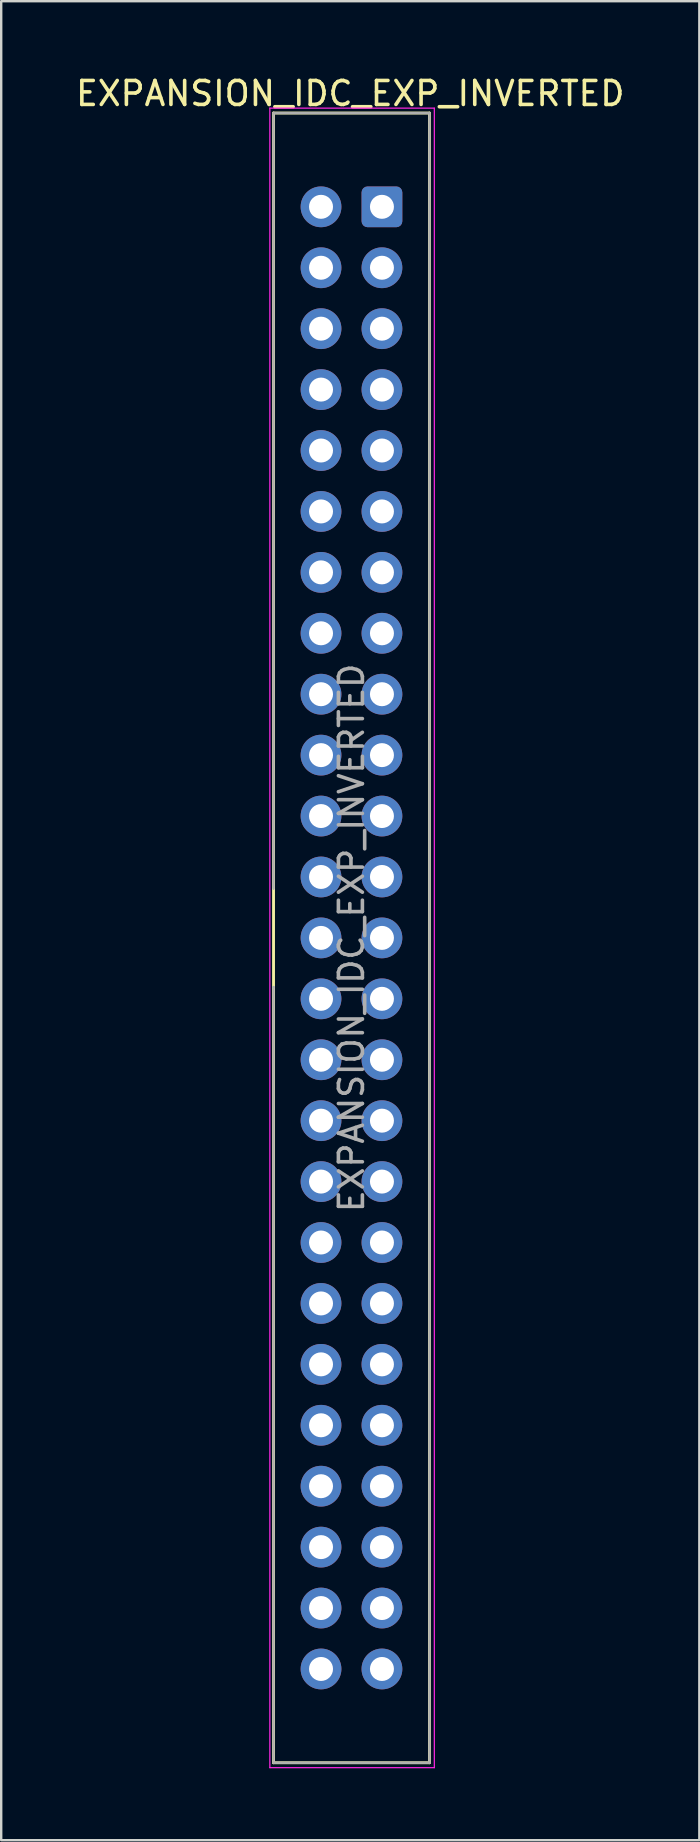
<source format=kicad_pcb>
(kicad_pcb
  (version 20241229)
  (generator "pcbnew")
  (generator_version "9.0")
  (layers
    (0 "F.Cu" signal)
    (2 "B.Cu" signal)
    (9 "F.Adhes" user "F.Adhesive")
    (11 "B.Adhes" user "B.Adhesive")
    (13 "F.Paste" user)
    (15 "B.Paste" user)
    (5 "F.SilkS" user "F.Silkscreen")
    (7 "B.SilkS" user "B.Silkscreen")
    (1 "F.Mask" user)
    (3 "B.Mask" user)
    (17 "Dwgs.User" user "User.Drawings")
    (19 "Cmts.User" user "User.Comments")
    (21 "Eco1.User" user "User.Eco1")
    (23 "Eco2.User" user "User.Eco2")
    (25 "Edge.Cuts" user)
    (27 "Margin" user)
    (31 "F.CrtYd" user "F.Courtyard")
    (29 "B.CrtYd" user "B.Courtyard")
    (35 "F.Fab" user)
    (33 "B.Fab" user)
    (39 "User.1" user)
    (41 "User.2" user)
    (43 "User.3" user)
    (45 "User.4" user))
  (footprint "EXPANSION_IDC_EXP_INVERTED"
    (layer "F.Cu")
    (at 10.334 5.573)
    (property "Reference" "EXPANSION_IDC_EXP_INVERTED" (at 1.219 -4.724 0) (layer "F.SilkS") (effects (font (size 1 1) (thickness 0.15))))
    (attr through_hole)
    (fp_line (start -1.98 -3.91) (end 4.52 -3.91) (stroke (width 0.12) (type solid)) (layer "F.SilkS"))
    (fp_line (start -1.98 28.43) (end -1.98 -3.91) (stroke (width 0.12) (type solid)) (layer "F.SilkS"))
    (fp_line (start -1.98 32.53) (end -1.98 28.43) (stroke (width 0.12) (type solid)) (layer "F.SilkS"))
    (fp_line (start -1.98 32.53) (end -1.98 32.53) (stroke (width 0.12) (type solid)) (layer "F.SilkS"))
    (fp_line (start -1.98 64.87) (end -1.98 32.53) (stroke (width 0.12) (type solid)) (layer "F.SilkS"))
    (fp_line (start 4.52 -3.91) (end 4.52 64.87) (stroke (width 0.12) (type solid)) (layer "F.SilkS"))
    (fp_line (start 4.52 64.87) (end -1.98 64.87) (stroke (width 0.12) (type solid)) (layer "F.SilkS"))
    (fp_line (start -2.134 -4.115) (end -2.134 65.075) (stroke (width 0.05) (type solid)) (layer "F.CrtYd"))
    (fp_line (start -2.134 65.075) (end 4.724 65.075) (stroke (width 0.05) (type solid)) (layer "F.CrtYd"))
    (fp_line (start 4.724 -4.115) (end -2.134 -4.115) (stroke (width 0.05) (type solid)) (layer "F.CrtYd"))
    (fp_line (start 4.724 65.075) (end 4.724 -4.115) (stroke (width 0.05) (type solid)) (layer "F.CrtYd"))
    (fp_line (start -1.98 -3.91) (end 4.52 -3.91) (stroke (width 0.1) (type solid)) (layer "F.Fab"))
    (fp_line (start -1.98 28.43) (end -1.98 -3.91) (stroke (width 0.1) (type solid)) (layer "F.Fab"))
    (fp_line (start -1.98 32.53) (end -1.98 32.53) (stroke (width 0.1) (type solid)) (layer "F.Fab"))
    (fp_line (start -1.98 64.87) (end -1.98 32.53) (stroke (width 0.1) (type solid)) (layer "F.Fab"))
    (fp_line (start 4.52 -3.91) (end 4.52 64.87) (stroke (width 0.1) (type solid)) (layer "F.Fab"))
    (fp_line (start 4.52 64.87) (end -1.98 64.87) (stroke (width 0.1) (type solid)) (layer "F.Fab"))
    (fp_text user "${REFERENCE}" (at 1.27 30.48 90) (layer "F.Fab") (effects (font (size 1 1) (thickness 0.15))))
    (pad "1" thru_hole roundrect (at 2.54 0) (size 1.7 1.7) (drill 1) (layers "*.Cu" "*.Mask") (roundrect_rratio 0.147))
    (pad "2" thru_hole circle (at 0 0) (size 1.7 1.7) (drill 1) (layers "*.Cu" "*.Mask"))
    (pad "3" thru_hole circle (at 2.54 2.54) (size 1.7 1.7) (drill 1) (layers "*.Cu" "*.Mask"))
    (pad "4" thru_hole circle (at 0 2.54) (size 1.7 1.7) (drill 1) (layers "*.Cu" "*.Mask"))
    (pad "5" thru_hole circle (at 2.54 5.08) (size 1.7 1.7) (drill 1) (layers "*.Cu" "*.Mask"))
    (pad "6" thru_hole circle (at 0 5.08) (size 1.7 1.7) (drill 1) (layers "*.Cu" "*.Mask"))
    (pad "7" thru_hole circle (at 2.54 7.62) (size 1.7 1.7) (drill 1) (layers "*.Cu" "*.Mask"))
    (pad "8" thru_hole circle (at 0 7.62) (size 1.7 1.7) (drill 1) (layers "*.Cu" "*.Mask"))
    (pad "9" thru_hole circle (at 2.54 10.16) (size 1.7 1.7) (drill 1) (layers "*.Cu" "*.Mask"))
    (pad "10" thru_hole circle (at 0 10.16) (size 1.7 1.7) (drill 1) (layers "*.Cu" "*.Mask"))
    (pad "11" thru_hole circle (at 2.54 12.7) (size 1.7 1.7) (drill 1) (layers "*.Cu" "*.Mask"))
    (pad "12" thru_hole circle (at 0 12.7) (size 1.7 1.7) (drill 1) (layers "*.Cu" "*.Mask"))
    (pad "13" thru_hole circle (at 2.54 15.24) (size 1.7 1.7) (drill 1) (layers "*.Cu" "*.Mask"))
    (pad "14" thru_hole circle (at 0 15.24) (size 1.7 1.7) (drill 1) (layers "*.Cu" "*.Mask"))
    (pad "15" thru_hole circle (at 2.54 17.78) (size 1.7 1.7) (drill 1) (layers "*.Cu" "*.Mask"))
    (pad "16" thru_hole circle (at 0 17.78) (size 1.7 1.7) (drill 1) (layers "*.Cu" "*.Mask"))
    (pad "17" thru_hole circle (at 2.54 20.32) (size 1.7 1.7) (drill 1) (layers "*.Cu" "*.Mask"))
    (pad "18" thru_hole circle (at 0 20.32) (size 1.7 1.7) (drill 1) (layers "*.Cu" "*.Mask"))
    (pad "19" thru_hole circle (at 2.54 22.86) (size 1.7 1.7) (drill 1) (layers "*.Cu" "*.Mask"))
    (pad "20" thru_hole circle (at 0 22.86) (size 1.7 1.7) (drill 1) (layers "*.Cu" "*.Mask"))
    (pad "21" thru_hole circle (at 2.54 25.4) (size 1.7 1.7) (drill 1) (layers "*.Cu" "*.Mask"))
    (pad "22" thru_hole circle (at 0 25.4) (size 1.7 1.7) (drill 1) (layers "*.Cu" "*.Mask"))
    (pad "23" thru_hole circle (at 2.54 27.94) (size 1.7 1.7) (drill 1) (layers "*.Cu" "*.Mask"))
    (pad "24" thru_hole circle (at 0 27.94) (size 1.7 1.7) (drill 1) (layers "*.Cu" "*.Mask"))
    (pad "25" thru_hole circle (at 2.54 30.48) (size 1.7 1.7) (drill 1) (layers "*.Cu" "*.Mask"))
    (pad "26" thru_hole circle (at 0 30.48) (size 1.7 1.7) (drill 1) (layers "*.Cu" "*.Mask"))
    (pad "27" thru_hole circle (at 2.54 33.02) (size 1.7 1.7) (drill 1) (layers "*.Cu" "*.Mask"))
    (pad "28" thru_hole circle (at 0 33.02) (size 1.7 1.7) (drill 1) (layers "*.Cu" "*.Mask"))
    (pad "29" thru_hole circle (at 2.54 35.56) (size 1.7 1.7) (drill 1) (layers "*.Cu" "*.Mask"))
    (pad "30" thru_hole circle (at 0 35.56) (size 1.7 1.7) (drill 1) (layers "*.Cu" "*.Mask"))
    (pad "31" thru_hole circle (at 2.54 38.1) (size 1.7 1.7) (drill 1) (layers "*.Cu" "*.Mask"))
    (pad "32" thru_hole circle (at 0 38.1) (size 1.7 1.7) (drill 1) (layers "*.Cu" "*.Mask"))
    (pad "33" thru_hole circle (at 2.54 40.64) (size 1.7 1.7) (drill 1) (layers "*.Cu" "*.Mask"))
    (pad "34" thru_hole circle (at 0 40.64) (size 1.7 1.7) (drill 1) (layers "*.Cu" "*.Mask"))
    (pad "35" thru_hole circle (at 2.54 43.18) (size 1.7 1.7) (drill 1) (layers "*.Cu" "*.Mask"))
    (pad "36" thru_hole circle (at 0 43.18) (size 1.7 1.7) (drill 1) (layers "*.Cu" "*.Mask"))
    (pad "37" thru_hole circle (at 2.54 45.72) (size 1.7 1.7) (drill 1) (layers "*.Cu" "*.Mask"))
    (pad "38" thru_hole circle (at 0 45.72) (size 1.7 1.7) (drill 1) (layers "*.Cu" "*.Mask"))
    (pad "39" thru_hole circle (at 2.54 48.26) (size 1.7 1.7) (drill 1) (layers "*.Cu" "*.Mask"))
    (pad "40" thru_hole circle (at 0 48.26) (size 1.7 1.7) (drill 1) (layers "*.Cu" "*.Mask"))
    (pad "41" thru_hole circle (at 2.54 50.8) (size 1.7 1.7) (drill 1) (layers "*.Cu" "*.Mask"))
    (pad "42" thru_hole circle (at 0 50.8) (size 1.7 1.7) (drill 1) (layers "*.Cu" "*.Mask"))
    (pad "43" thru_hole circle (at 2.54 53.34) (size 1.7 1.7) (drill 1) (layers "*.Cu" "*.Mask"))
    (pad "44" thru_hole circle (at 0 53.34) (size 1.7 1.7) (drill 1) (layers "*.Cu" "*.Mask"))
    (pad "45" thru_hole circle (at 2.54 55.88) (size 1.7 1.7) (drill 1) (layers "*.Cu" "*.Mask"))
    (pad "46" thru_hole circle (at 0 55.88) (size 1.7 1.7) (drill 1) (layers "*.Cu" "*.Mask"))
    (pad "47" thru_hole circle (at 2.54 58.42) (size 1.7 1.7) (drill 1) (layers "*.Cu" "*.Mask"))
    (pad "48" thru_hole circle (at 0 58.42) (size 1.7 1.7) (drill 1) (layers "*.Cu" "*.Mask"))
    (pad "49" thru_hole circle (at 2.54 60.96) (size 1.7 1.7) (drill 1) (layers "*.Cu" "*.Mask"))
    (pad "50" thru_hole circle (at 0 60.96) (size 1.7 1.7) (drill 1) (layers "*.Cu" "*.Mask")))
  (gr_rect
    (start -3 -3)
    (end 26.107 73.672)
    (stroke (width 0.1) (type default))
    (fill no)
    (layer "Edge.Cuts")))
</source>
